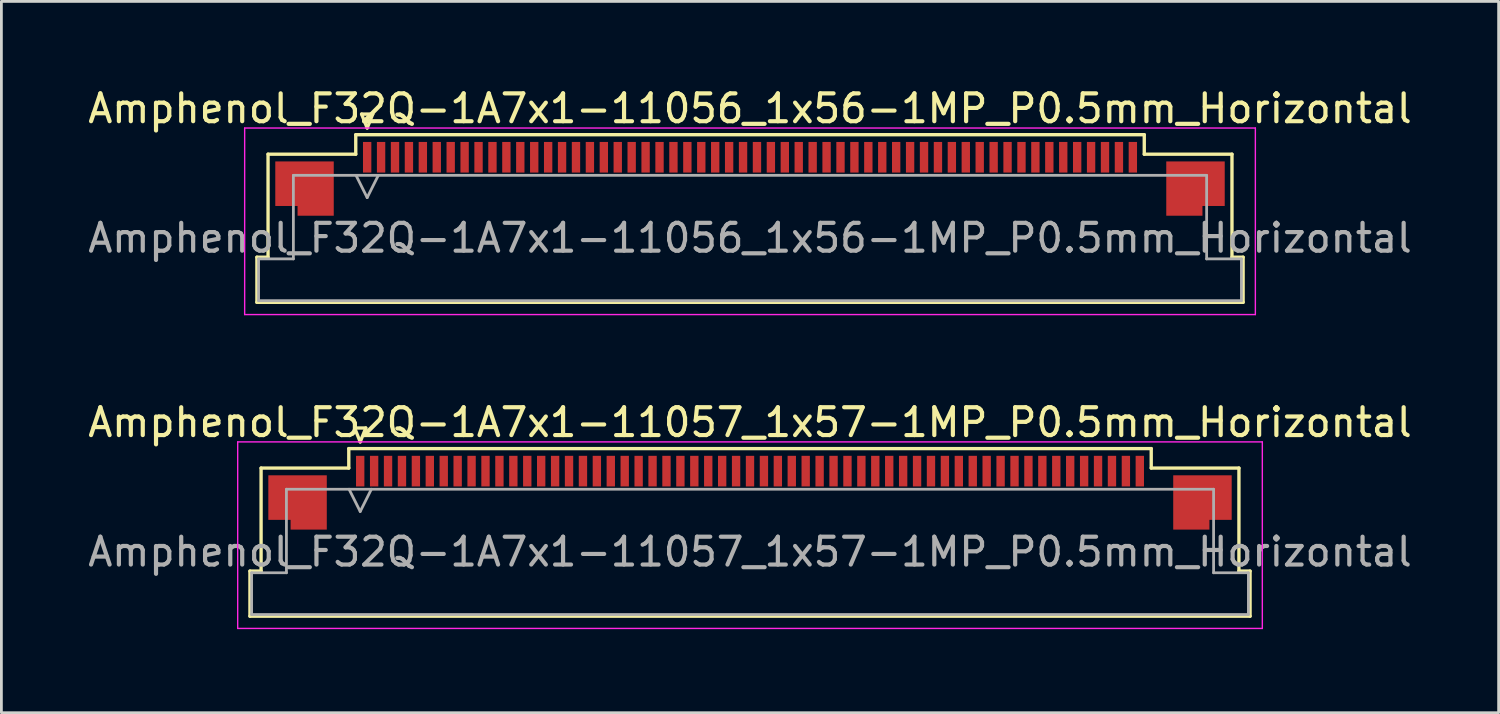
<source format=kicad_pcb>
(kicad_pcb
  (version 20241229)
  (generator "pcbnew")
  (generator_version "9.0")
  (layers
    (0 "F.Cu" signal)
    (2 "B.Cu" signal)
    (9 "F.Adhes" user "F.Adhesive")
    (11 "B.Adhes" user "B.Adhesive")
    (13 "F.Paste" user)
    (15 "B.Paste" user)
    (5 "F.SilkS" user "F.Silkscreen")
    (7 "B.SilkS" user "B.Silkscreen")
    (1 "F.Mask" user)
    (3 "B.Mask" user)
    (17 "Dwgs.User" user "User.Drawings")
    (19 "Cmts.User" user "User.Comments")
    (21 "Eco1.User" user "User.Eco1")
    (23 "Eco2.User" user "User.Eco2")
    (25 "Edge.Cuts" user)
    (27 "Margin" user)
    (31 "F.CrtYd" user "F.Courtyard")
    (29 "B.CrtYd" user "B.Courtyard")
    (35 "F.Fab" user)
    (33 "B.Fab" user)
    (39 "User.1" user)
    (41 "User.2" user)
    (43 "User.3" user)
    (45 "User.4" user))
  (footprint "Amphenol_F32Q-1A7x1-11056_1x56-1MP_P0.5mm_Horizontal"
    (layer "F.Cu")
    (at 23.887 5.498)
    (property "Reference" "Amphenol_F32Q-1A7x1-11056_1x56-1MP_P0.5mm_Horizontal" (at 0 -4.65 0) (layer "F.SilkS") (effects (font (size 1 1) (thickness 0.15))))
    (attr smd)
    (fp_line (start -17.71 0.69) (end -17.31 0.69) (stroke (width 0.12) (type solid)) (layer "F.SilkS"))
    (fp_line (start -17.71 2.31) (end -17.71 0.69) (stroke (width 0.12) (type solid)) (layer "F.SilkS"))
    (fp_line (start -17.31 -3.01) (end -14.16 -3.01) (stroke (width 0.12) (type solid)) (layer "F.SilkS"))
    (fp_line (start -17.31 0.69) (end -17.31 -3.01) (stroke (width 0.12) (type solid)) (layer "F.SilkS"))
    (fp_line (start -14.16 -3.71) (end 14.16 -3.71) (stroke (width 0.12) (type solid)) (layer "F.SilkS"))
    (fp_line (start -14.16 -3.01) (end -14.16 -3.71) (stroke (width 0.12) (type solid)) (layer "F.SilkS"))
    (fp_line (start -13.95 -4.45) (end -13.75 -3.95) (stroke (width 0.12) (type solid)) (layer "F.SilkS"))
    (fp_line (start -13.75 -3.95) (end -13.55 -4.45) (stroke (width 0.12) (type solid)) (layer "F.SilkS"))
    (fp_line (start -13.55 -4.45) (end -13.95 -4.45) (stroke (width 0.12) (type solid)) (layer "F.SilkS"))
    (fp_line (start 14.16 -3.71) (end 14.16 -3.01) (stroke (width 0.12) (type solid)) (layer "F.SilkS"))
    (fp_line (start 14.16 -3.01) (end 17.31 -3.01) (stroke (width 0.12) (type solid)) (layer "F.SilkS"))
    (fp_line (start 17.31 -3.01) (end 17.31 0.69) (stroke (width 0.12) (type solid)) (layer "F.SilkS"))
    (fp_line (start 17.31 0.69) (end 17.71 0.69) (stroke (width 0.12) (type solid)) (layer "F.SilkS"))
    (fp_line (start 17.71 0.69) (end 17.71 2.31) (stroke (width 0.12) (type solid)) (layer "F.SilkS"))
    (fp_line (start 17.71 2.31) (end -17.71 2.31) (stroke (width 0.12) (type solid)) (layer "F.SilkS"))
    (fp_line (start -18.15 -3.95) (end -18.15 2.75) (stroke (width 0.05) (type solid)) (layer "F.CrtYd"))
    (fp_line (start -18.15 2.75) (end 18.15 2.75) (stroke (width 0.05) (type solid)) (layer "F.CrtYd"))
    (fp_line (start 18.15 -3.95) (end -18.15 -3.95) (stroke (width 0.05) (type solid)) (layer "F.CrtYd"))
    (fp_line (start 18.15 2.75) (end 18.15 -3.95) (stroke (width 0.05) (type solid)) (layer "F.CrtYd"))
    (fp_line (start -17.65 0.75) (end -16.4 0.75) (stroke (width 0.1) (type solid)) (layer "F.Fab"))
    (fp_line (start -17.65 2.25) (end -17.65 0.75) (stroke (width 0.1) (type solid)) (layer "F.Fab"))
    (fp_line (start -16.4 -2.25) (end 16.4 -2.25) (stroke (width 0.1) (type solid)) (layer "F.Fab"))
    (fp_line (start -16.4 0.75) (end -16.4 -2.25) (stroke (width 0.1) (type solid)) (layer "F.Fab"))
    (fp_line (start -14.15 -2.25) (end -13.75 -1.45) (stroke (width 0.1) (type solid)) (layer "F.Fab"))
    (fp_line (start -13.75 -1.45) (end -13.35 -2.25) (stroke (width 0.1) (type solid)) (layer "F.Fab"))
    (fp_line (start 16.4 -2.25) (end 16.4 0.75) (stroke (width 0.1) (type solid)) (layer "F.Fab"))
    (fp_line (start 16.4 0.75) (end 17.65 0.75) (stroke (width 0.1) (type solid)) (layer "F.Fab"))
    (fp_line (start 17.65 0.75) (end 17.65 2.25) (stroke (width 0.1) (type solid)) (layer "F.Fab"))
    (fp_line (start 17.65 2.25) (end -17.65 2.25) (stroke (width 0.1) (type solid)) (layer "F.Fab"))
    (fp_text user "${REFERENCE}" (at 0 0 0) (layer "F.Fab") (effects (font (size 1 1) (thickness 0.15))))
    (pad "1" smd rect (at -13.75 -2.9) (size 0.3 1.1) (layers "F.Cu" "F.Mask" "F.Paste"))
    (pad "2" smd rect (at -13.25 -2.9) (size 0.3 1.1) (layers "F.Cu" "F.Mask" "F.Paste"))
    (pad "3" smd rect (at -12.75 -2.9) (size 0.3 1.1) (layers "F.Cu" "F.Mask" "F.Paste"))
    (pad "4" smd rect (at -12.25 -2.9) (size 0.3 1.1) (layers "F.Cu" "F.Mask" "F.Paste"))
    (pad "5" smd rect (at -11.75 -2.9) (size 0.3 1.1) (layers "F.Cu" "F.Mask" "F.Paste"))
    (pad "6" smd rect (at -11.25 -2.9) (size 0.3 1.1) (layers "F.Cu" "F.Mask" "F.Paste"))
    (pad "7" smd rect (at -10.75 -2.9) (size 0.3 1.1) (layers "F.Cu" "F.Mask" "F.Paste"))
    (pad "8" smd rect (at -10.25 -2.9) (size 0.3 1.1) (layers "F.Cu" "F.Mask" "F.Paste"))
    (pad "9" smd rect (at -9.75 -2.9) (size 0.3 1.1) (layers "F.Cu" "F.Mask" "F.Paste"))
    (pad "10" smd rect (at -9.25 -2.9) (size 0.3 1.1) (layers "F.Cu" "F.Mask" "F.Paste"))
    (pad "11" smd rect (at -8.75 -2.9) (size 0.3 1.1) (layers "F.Cu" "F.Mask" "F.Paste"))
    (pad "12" smd rect (at -8.25 -2.9) (size 0.3 1.1) (layers "F.Cu" "F.Mask" "F.Paste"))
    (pad "13" smd rect (at -7.75 -2.9) (size 0.3 1.1) (layers "F.Cu" "F.Mask" "F.Paste"))
    (pad "14" smd rect (at -7.25 -2.9) (size 0.3 1.1) (layers "F.Cu" "F.Mask" "F.Paste"))
    (pad "15" smd rect (at -6.75 -2.9) (size 0.3 1.1) (layers "F.Cu" "F.Mask" "F.Paste"))
    (pad "16" smd rect (at -6.25 -2.9) (size 0.3 1.1) (layers "F.Cu" "F.Mask" "F.Paste"))
    (pad "17" smd rect (at -5.75 -2.9) (size 0.3 1.1) (layers "F.Cu" "F.Mask" "F.Paste"))
    (pad "18" smd rect (at -5.25 -2.9) (size 0.3 1.1) (layers "F.Cu" "F.Mask" "F.Paste"))
    (pad "19" smd rect (at -4.75 -2.9) (size 0.3 1.1) (layers "F.Cu" "F.Mask" "F.Paste"))
    (pad "20" smd rect (at -4.25 -2.9) (size 0.3 1.1) (layers "F.Cu" "F.Mask" "F.Paste"))
    (pad "21" smd rect (at -3.75 -2.9) (size 0.3 1.1) (layers "F.Cu" "F.Mask" "F.Paste"))
    (pad "22" smd rect (at -3.25 -2.9) (size 0.3 1.1) (layers "F.Cu" "F.Mask" "F.Paste"))
    (pad "23" smd rect (at -2.75 -2.9) (size 0.3 1.1) (layers "F.Cu" "F.Mask" "F.Paste"))
    (pad "24" smd rect (at -2.25 -2.9) (size 0.3 1.1) (layers "F.Cu" "F.Mask" "F.Paste"))
    (pad "25" smd rect (at -1.75 -2.9) (size 0.3 1.1) (layers "F.Cu" "F.Mask" "F.Paste"))
    (pad "26" smd rect (at -1.25 -2.9) (size 0.3 1.1) (layers "F.Cu" "F.Mask" "F.Paste"))
    (pad "27" smd rect (at -0.75 -2.9) (size 0.3 1.1) (layers "F.Cu" "F.Mask" "F.Paste"))
    (pad "28" smd rect (at -0.25 -2.9) (size 0.3 1.1) (layers "F.Cu" "F.Mask" "F.Paste"))
    (pad "29" smd rect (at 0.25 -2.9) (size 0.3 1.1) (layers "F.Cu" "F.Mask" "F.Paste"))
    (pad "30" smd rect (at 0.75 -2.9) (size 0.3 1.1) (layers "F.Cu" "F.Mask" "F.Paste"))
    (pad "31" smd rect (at 1.25 -2.9) (size 0.3 1.1) (layers "F.Cu" "F.Mask" "F.Paste"))
    (pad "32" smd rect (at 1.75 -2.9) (size 0.3 1.1) (layers "F.Cu" "F.Mask" "F.Paste"))
    (pad "33" smd rect (at 2.25 -2.9) (size 0.3 1.1) (layers "F.Cu" "F.Mask" "F.Paste"))
    (pad "34" smd rect (at 2.75 -2.9) (size 0.3 1.1) (layers "F.Cu" "F.Mask" "F.Paste"))
    (pad "35" smd rect (at 3.25 -2.9) (size 0.3 1.1) (layers "F.Cu" "F.Mask" "F.Paste"))
    (pad "36" smd rect (at 3.75 -2.9) (size 0.3 1.1) (layers "F.Cu" "F.Mask" "F.Paste"))
    (pad "37" smd rect (at 4.25 -2.9) (size 0.3 1.1) (layers "F.Cu" "F.Mask" "F.Paste"))
    (pad "38" smd rect (at 4.75 -2.9) (size 0.3 1.1) (layers "F.Cu" "F.Mask" "F.Paste"))
    (pad "39" smd rect (at 5.25 -2.9) (size 0.3 1.1) (layers "F.Cu" "F.Mask" "F.Paste"))
    (pad "40" smd rect (at 5.75 -2.9) (size 0.3 1.1) (layers "F.Cu" "F.Mask" "F.Paste"))
    (pad "41" smd rect (at 6.25 -2.9) (size 0.3 1.1) (layers "F.Cu" "F.Mask" "F.Paste"))
    (pad "42" smd rect (at 6.75 -2.9) (size 0.3 1.1) (layers "F.Cu" "F.Mask" "F.Paste"))
    (pad "43" smd rect (at 7.25 -2.9) (size 0.3 1.1) (layers "F.Cu" "F.Mask" "F.Paste"))
    (pad "44" smd rect (at 7.75 -2.9) (size 0.3 1.1) (layers "F.Cu" "F.Mask" "F.Paste"))
    (pad "45" smd rect (at 8.25 -2.9) (size 0.3 1.1) (layers "F.Cu" "F.Mask" "F.Paste"))
    (pad "46" smd rect (at 8.75 -2.9) (size 0.3 1.1) (layers "F.Cu" "F.Mask" "F.Paste"))
    (pad "47" smd rect (at 9.25 -2.9) (size 0.3 1.1) (layers "F.Cu" "F.Mask" "F.Paste"))
    (pad "48" smd rect (at 9.75 -2.9) (size 0.3 1.1) (layers "F.Cu" "F.Mask" "F.Paste"))
    (pad "49" smd rect (at 10.25 -2.9) (size 0.3 1.1) (layers "F.Cu" "F.Mask" "F.Paste"))
    (pad "50" smd rect (at 10.75 -2.9) (size 0.3 1.1) (layers "F.Cu" "F.Mask" "F.Paste"))
    (pad "51" smd rect (at 11.25 -2.9) (size 0.3 1.1) (layers "F.Cu" "F.Mask" "F.Paste"))
    (pad "52" smd rect (at 11.75 -2.9) (size 0.3 1.1) (layers "F.Cu" "F.Mask" "F.Paste"))
    (pad "53" smd rect (at 12.25 -2.9) (size 0.3 1.1) (layers "F.Cu" "F.Mask" "F.Paste"))
    (pad "54" smd rect (at 12.75 -2.9) (size 0.3 1.1) (layers "F.Cu" "F.Mask" "F.Paste"))
    (pad "55" smd rect (at 13.25 -2.9) (size 0.3 1.1) (layers "F.Cu" "F.Mask" "F.Paste"))
    (pad "56" smd rect (at 13.75 -2.9) (size 0.3 1.1) (layers "F.Cu" "F.Mask" "F.Paste"))
    (pad "MP" smd custom (at -16 -1.775) (size 1 1) (layers "F.Cu" "F.Mask" "F.Paste") (options (anchor circle)) (primitives (gr_poly (pts (xy 1.05 -0.975) (xy 1.05 0.975) (xy -0.25 0.975) (xy -0.25 0.625) (xy -1.05 0.625) (xy -1.05 -0.975) (xy 1.05 -0.975)) (width 0) (fill yes))))
    (pad "MP" smd custom (at 16 -1.775) (size 1 1) (layers "F.Cu" "F.Mask" "F.Paste") (options (anchor circle)) (primitives (gr_poly (pts (xy -1.05 -0.975) (xy -1.05 0.975) (xy 0.25 0.975) (xy 0.25 0.625) (xy 1.05 0.625) (xy 1.05 -0.975) (xy -1.05 -0.975)) (width 0) (fill yes)))))
  (footprint "Amphenol_F32Q-1A7x1-11057_1x57-1MP_P0.5mm_Horizontal"
    (layer "F.Cu")
    (at 23.887 16.771)
    (property "Reference" "Amphenol_F32Q-1A7x1-11057_1x57-1MP_P0.5mm_Horizontal" (at 0 -4.65 0) (layer "F.SilkS") (effects (font (size 1 1) (thickness 0.15))))
    (attr smd)
    (fp_line (start -17.96 0.69) (end -17.56 0.69) (stroke (width 0.12) (type solid)) (layer "F.SilkS"))
    (fp_line (start -17.96 2.31) (end -17.96 0.69) (stroke (width 0.12) (type solid)) (layer "F.SilkS"))
    (fp_line (start -17.56 -3.01) (end -14.41 -3.01) (stroke (width 0.12) (type solid)) (layer "F.SilkS"))
    (fp_line (start -17.56 0.69) (end -17.56 -3.01) (stroke (width 0.12) (type solid)) (layer "F.SilkS"))
    (fp_line (start -14.41 -3.71) (end 14.41 -3.71) (stroke (width 0.12) (type solid)) (layer "F.SilkS"))
    (fp_line (start -14.41 -3.01) (end -14.41 -3.71) (stroke (width 0.12) (type solid)) (layer "F.SilkS"))
    (fp_line (start -14.2 -4.45) (end -14 -3.95) (stroke (width 0.12) (type solid)) (layer "F.SilkS"))
    (fp_line (start -14 -3.95) (end -13.8 -4.45) (stroke (width 0.12) (type solid)) (layer "F.SilkS"))
    (fp_line (start -13.8 -4.45) (end -14.2 -4.45) (stroke (width 0.12) (type solid)) (layer "F.SilkS"))
    (fp_line (start 14.41 -3.71) (end 14.41 -3.01) (stroke (width 0.12) (type solid)) (layer "F.SilkS"))
    (fp_line (start 14.41 -3.01) (end 17.56 -3.01) (stroke (width 0.12) (type solid)) (layer "F.SilkS"))
    (fp_line (start 17.56 -3.01) (end 17.56 0.69) (stroke (width 0.12) (type solid)) (layer "F.SilkS"))
    (fp_line (start 17.56 0.69) (end 17.96 0.69) (stroke (width 0.12) (type solid)) (layer "F.SilkS"))
    (fp_line (start 17.96 0.69) (end 17.96 2.31) (stroke (width 0.12) (type solid)) (layer "F.SilkS"))
    (fp_line (start 17.96 2.31) (end -17.96 2.31) (stroke (width 0.12) (type solid)) (layer "F.SilkS"))
    (fp_line (start -18.4 -3.95) (end -18.4 2.75) (stroke (width 0.05) (type solid)) (layer "F.CrtYd"))
    (fp_line (start -18.4 2.75) (end 18.4 2.75) (stroke (width 0.05) (type solid)) (layer "F.CrtYd"))
    (fp_line (start 18.4 -3.95) (end -18.4 -3.95) (stroke (width 0.05) (type solid)) (layer "F.CrtYd"))
    (fp_line (start 18.4 2.75) (end 18.4 -3.95) (stroke (width 0.05) (type solid)) (layer "F.CrtYd"))
    (fp_line (start -17.9 0.75) (end -16.65 0.75) (stroke (width 0.1) (type solid)) (layer "F.Fab"))
    (fp_line (start -17.9 2.25) (end -17.9 0.75) (stroke (width 0.1) (type solid)) (layer "F.Fab"))
    (fp_line (start -16.65 -2.25) (end 16.65 -2.25) (stroke (width 0.1) (type solid)) (layer "F.Fab"))
    (fp_line (start -16.65 0.75) (end -16.65 -2.25) (stroke (width 0.1) (type solid)) (layer "F.Fab"))
    (fp_line (start -14.4 -2.25) (end -14 -1.45) (stroke (width 0.1) (type solid)) (layer "F.Fab"))
    (fp_line (start -14 -1.45) (end -13.6 -2.25) (stroke (width 0.1) (type solid)) (layer "F.Fab"))
    (fp_line (start 16.65 -2.25) (end 16.65 0.75) (stroke (width 0.1) (type solid)) (layer "F.Fab"))
    (fp_line (start 16.65 0.75) (end 17.9 0.75) (stroke (width 0.1) (type solid)) (layer "F.Fab"))
    (fp_line (start 17.9 0.75) (end 17.9 2.25) (stroke (width 0.1) (type solid)) (layer "F.Fab"))
    (fp_line (start 17.9 2.25) (end -17.9 2.25) (stroke (width 0.1) (type solid)) (layer "F.Fab"))
    (fp_text user "${REFERENCE}" (at 0 0 0) (layer "F.Fab") (effects (font (size 1 1) (thickness 0.15))))
    (pad "1" smd rect (at -14 -2.9) (size 0.3 1.1) (layers "F.Cu" "F.Mask" "F.Paste"))
    (pad "2" smd rect (at -13.5 -2.9) (size 0.3 1.1) (layers "F.Cu" "F.Mask" "F.Paste"))
    (pad "3" smd rect (at -13 -2.9) (size 0.3 1.1) (layers "F.Cu" "F.Mask" "F.Paste"))
    (pad "4" smd rect (at -12.5 -2.9) (size 0.3 1.1) (layers "F.Cu" "F.Mask" "F.Paste"))
    (pad "5" smd rect (at -12 -2.9) (size 0.3 1.1) (layers "F.Cu" "F.Mask" "F.Paste"))
    (pad "6" smd rect (at -11.5 -2.9) (size 0.3 1.1) (layers "F.Cu" "F.Mask" "F.Paste"))
    (pad "7" smd rect (at -11 -2.9) (size 0.3 1.1) (layers "F.Cu" "F.Mask" "F.Paste"))
    (pad "8" smd rect (at -10.5 -2.9) (size 0.3 1.1) (layers "F.Cu" "F.Mask" "F.Paste"))
    (pad "9" smd rect (at -10 -2.9) (size 0.3 1.1) (layers "F.Cu" "F.Mask" "F.Paste"))
    (pad "10" smd rect (at -9.5 -2.9) (size 0.3 1.1) (layers "F.Cu" "F.Mask" "F.Paste"))
    (pad "11" smd rect (at -9 -2.9) (size 0.3 1.1) (layers "F.Cu" "F.Mask" "F.Paste"))
    (pad "12" smd rect (at -8.5 -2.9) (size 0.3 1.1) (layers "F.Cu" "F.Mask" "F.Paste"))
    (pad "13" smd rect (at -8 -2.9) (size 0.3 1.1) (layers "F.Cu" "F.Mask" "F.Paste"))
    (pad "14" smd rect (at -7.5 -2.9) (size 0.3 1.1) (layers "F.Cu" "F.Mask" "F.Paste"))
    (pad "15" smd rect (at -7 -2.9) (size 0.3 1.1) (layers "F.Cu" "F.Mask" "F.Paste"))
    (pad "16" smd rect (at -6.5 -2.9) (size 0.3 1.1) (layers "F.Cu" "F.Mask" "F.Paste"))
    (pad "17" smd rect (at -6 -2.9) (size 0.3 1.1) (layers "F.Cu" "F.Mask" "F.Paste"))
    (pad "18" smd rect (at -5.5 -2.9) (size 0.3 1.1) (layers "F.Cu" "F.Mask" "F.Paste"))
    (pad "19" smd rect (at -5 -2.9) (size 0.3 1.1) (layers "F.Cu" "F.Mask" "F.Paste"))
    (pad "20" smd rect (at -4.5 -2.9) (size 0.3 1.1) (layers "F.Cu" "F.Mask" "F.Paste"))
    (pad "21" smd rect (at -4 -2.9) (size 0.3 1.1) (layers "F.Cu" "F.Mask" "F.Paste"))
    (pad "22" smd rect (at -3.5 -2.9) (size 0.3 1.1) (layers "F.Cu" "F.Mask" "F.Paste"))
    (pad "23" smd rect (at -3 -2.9) (size 0.3 1.1) (layers "F.Cu" "F.Mask" "F.Paste"))
    (pad "24" smd rect (at -2.5 -2.9) (size 0.3 1.1) (layers "F.Cu" "F.Mask" "F.Paste"))
    (pad "25" smd rect (at -2 -2.9) (size 0.3 1.1) (layers "F.Cu" "F.Mask" "F.Paste"))
    (pad "26" smd rect (at -1.5 -2.9) (size 0.3 1.1) (layers "F.Cu" "F.Mask" "F.Paste"))
    (pad "27" smd rect (at -1 -2.9) (size 0.3 1.1) (layers "F.Cu" "F.Mask" "F.Paste"))
    (pad "28" smd rect (at -0.5 -2.9) (size 0.3 1.1) (layers "F.Cu" "F.Mask" "F.Paste"))
    (pad "29" smd rect (at 0 -2.9) (size 0.3 1.1) (layers "F.Cu" "F.Mask" "F.Paste"))
    (pad "30" smd rect (at 0.5 -2.9) (size 0.3 1.1) (layers "F.Cu" "F.Mask" "F.Paste"))
    (pad "31" smd rect (at 1 -2.9) (size 0.3 1.1) (layers "F.Cu" "F.Mask" "F.Paste"))
    (pad "32" smd rect (at 1.5 -2.9) (size 0.3 1.1) (layers "F.Cu" "F.Mask" "F.Paste"))
    (pad "33" smd rect (at 2 -2.9) (size 0.3 1.1) (layers "F.Cu" "F.Mask" "F.Paste"))
    (pad "34" smd rect (at 2.5 -2.9) (size 0.3 1.1) (layers "F.Cu" "F.Mask" "F.Paste"))
    (pad "35" smd rect (at 3 -2.9) (size 0.3 1.1) (layers "F.Cu" "F.Mask" "F.Paste"))
    (pad "36" smd rect (at 3.5 -2.9) (size 0.3 1.1) (layers "F.Cu" "F.Mask" "F.Paste"))
    (pad "37" smd rect (at 4 -2.9) (size 0.3 1.1) (layers "F.Cu" "F.Mask" "F.Paste"))
    (pad "38" smd rect (at 4.5 -2.9) (size 0.3 1.1) (layers "F.Cu" "F.Mask" "F.Paste"))
    (pad "39" smd rect (at 5 -2.9) (size 0.3 1.1) (layers "F.Cu" "F.Mask" "F.Paste"))
    (pad "40" smd rect (at 5.5 -2.9) (size 0.3 1.1) (layers "F.Cu" "F.Mask" "F.Paste"))
    (pad "41" smd rect (at 6 -2.9) (size 0.3 1.1) (layers "F.Cu" "F.Mask" "F.Paste"))
    (pad "42" smd rect (at 6.5 -2.9) (size 0.3 1.1) (layers "F.Cu" "F.Mask" "F.Paste"))
    (pad "43" smd rect (at 7 -2.9) (size 0.3 1.1) (layers "F.Cu" "F.Mask" "F.Paste"))
    (pad "44" smd rect (at 7.5 -2.9) (size 0.3 1.1) (layers "F.Cu" "F.Mask" "F.Paste"))
    (pad "45" smd rect (at 8 -2.9) (size 0.3 1.1) (layers "F.Cu" "F.Mask" "F.Paste"))
    (pad "46" smd rect (at 8.5 -2.9) (size 0.3 1.1) (layers "F.Cu" "F.Mask" "F.Paste"))
    (pad "47" smd rect (at 9 -2.9) (size 0.3 1.1) (layers "F.Cu" "F.Mask" "F.Paste"))
    (pad "48" smd rect (at 9.5 -2.9) (size 0.3 1.1) (layers "F.Cu" "F.Mask" "F.Paste"))
    (pad "49" smd rect (at 10 -2.9) (size 0.3 1.1) (layers "F.Cu" "F.Mask" "F.Paste"))
    (pad "50" smd rect (at 10.5 -2.9) (size 0.3 1.1) (layers "F.Cu" "F.Mask" "F.Paste"))
    (pad "51" smd rect (at 11 -2.9) (size 0.3 1.1) (layers "F.Cu" "F.Mask" "F.Paste"))
    (pad "52" smd rect (at 11.5 -2.9) (size 0.3 1.1) (layers "F.Cu" "F.Mask" "F.Paste"))
    (pad "53" smd rect (at 12 -2.9) (size 0.3 1.1) (layers "F.Cu" "F.Mask" "F.Paste"))
    (pad "54" smd rect (at 12.5 -2.9) (size 0.3 1.1) (layers "F.Cu" "F.Mask" "F.Paste"))
    (pad "55" smd rect (at 13 -2.9) (size 0.3 1.1) (layers "F.Cu" "F.Mask" "F.Paste"))
    (pad "56" smd rect (at 13.5 -2.9) (size 0.3 1.1) (layers "F.Cu" "F.Mask" "F.Paste"))
    (pad "57" smd rect (at 14 -2.9) (size 0.3 1.1) (layers "F.Cu" "F.Mask" "F.Paste"))
    (pad "MP" smd custom (at -16.25 -1.775) (size 1 1) (layers "F.Cu" "F.Mask" "F.Paste") (options (anchor circle)) (primitives (gr_poly (pts (xy 1.05 -0.975) (xy 1.05 0.975) (xy -0.25 0.975) (xy -0.25 0.625) (xy -1.05 0.625) (xy -1.05 -0.975) (xy 1.05 -0.975)) (width 0) (fill yes))))
    (pad "MP" smd custom (at 16.25 -1.775) (size 1 1) (layers "F.Cu" "F.Mask" "F.Paste") (options (anchor circle)) (primitives (gr_poly (pts (xy -1.05 -0.975) (xy -1.05 0.975) (xy 0.25 0.975) (xy 0.25 0.625) (xy 1.05 0.625) (xy 1.05 -0.975) (xy -1.05 -0.975)) (width 0) (fill yes)))))
  (gr_rect
    (start -3 -3)
    (end 50.774 22.547)
    (stroke (width 0.1) (type default))
    (fill no)
    (layer "Edge.Cuts")))
</source>
